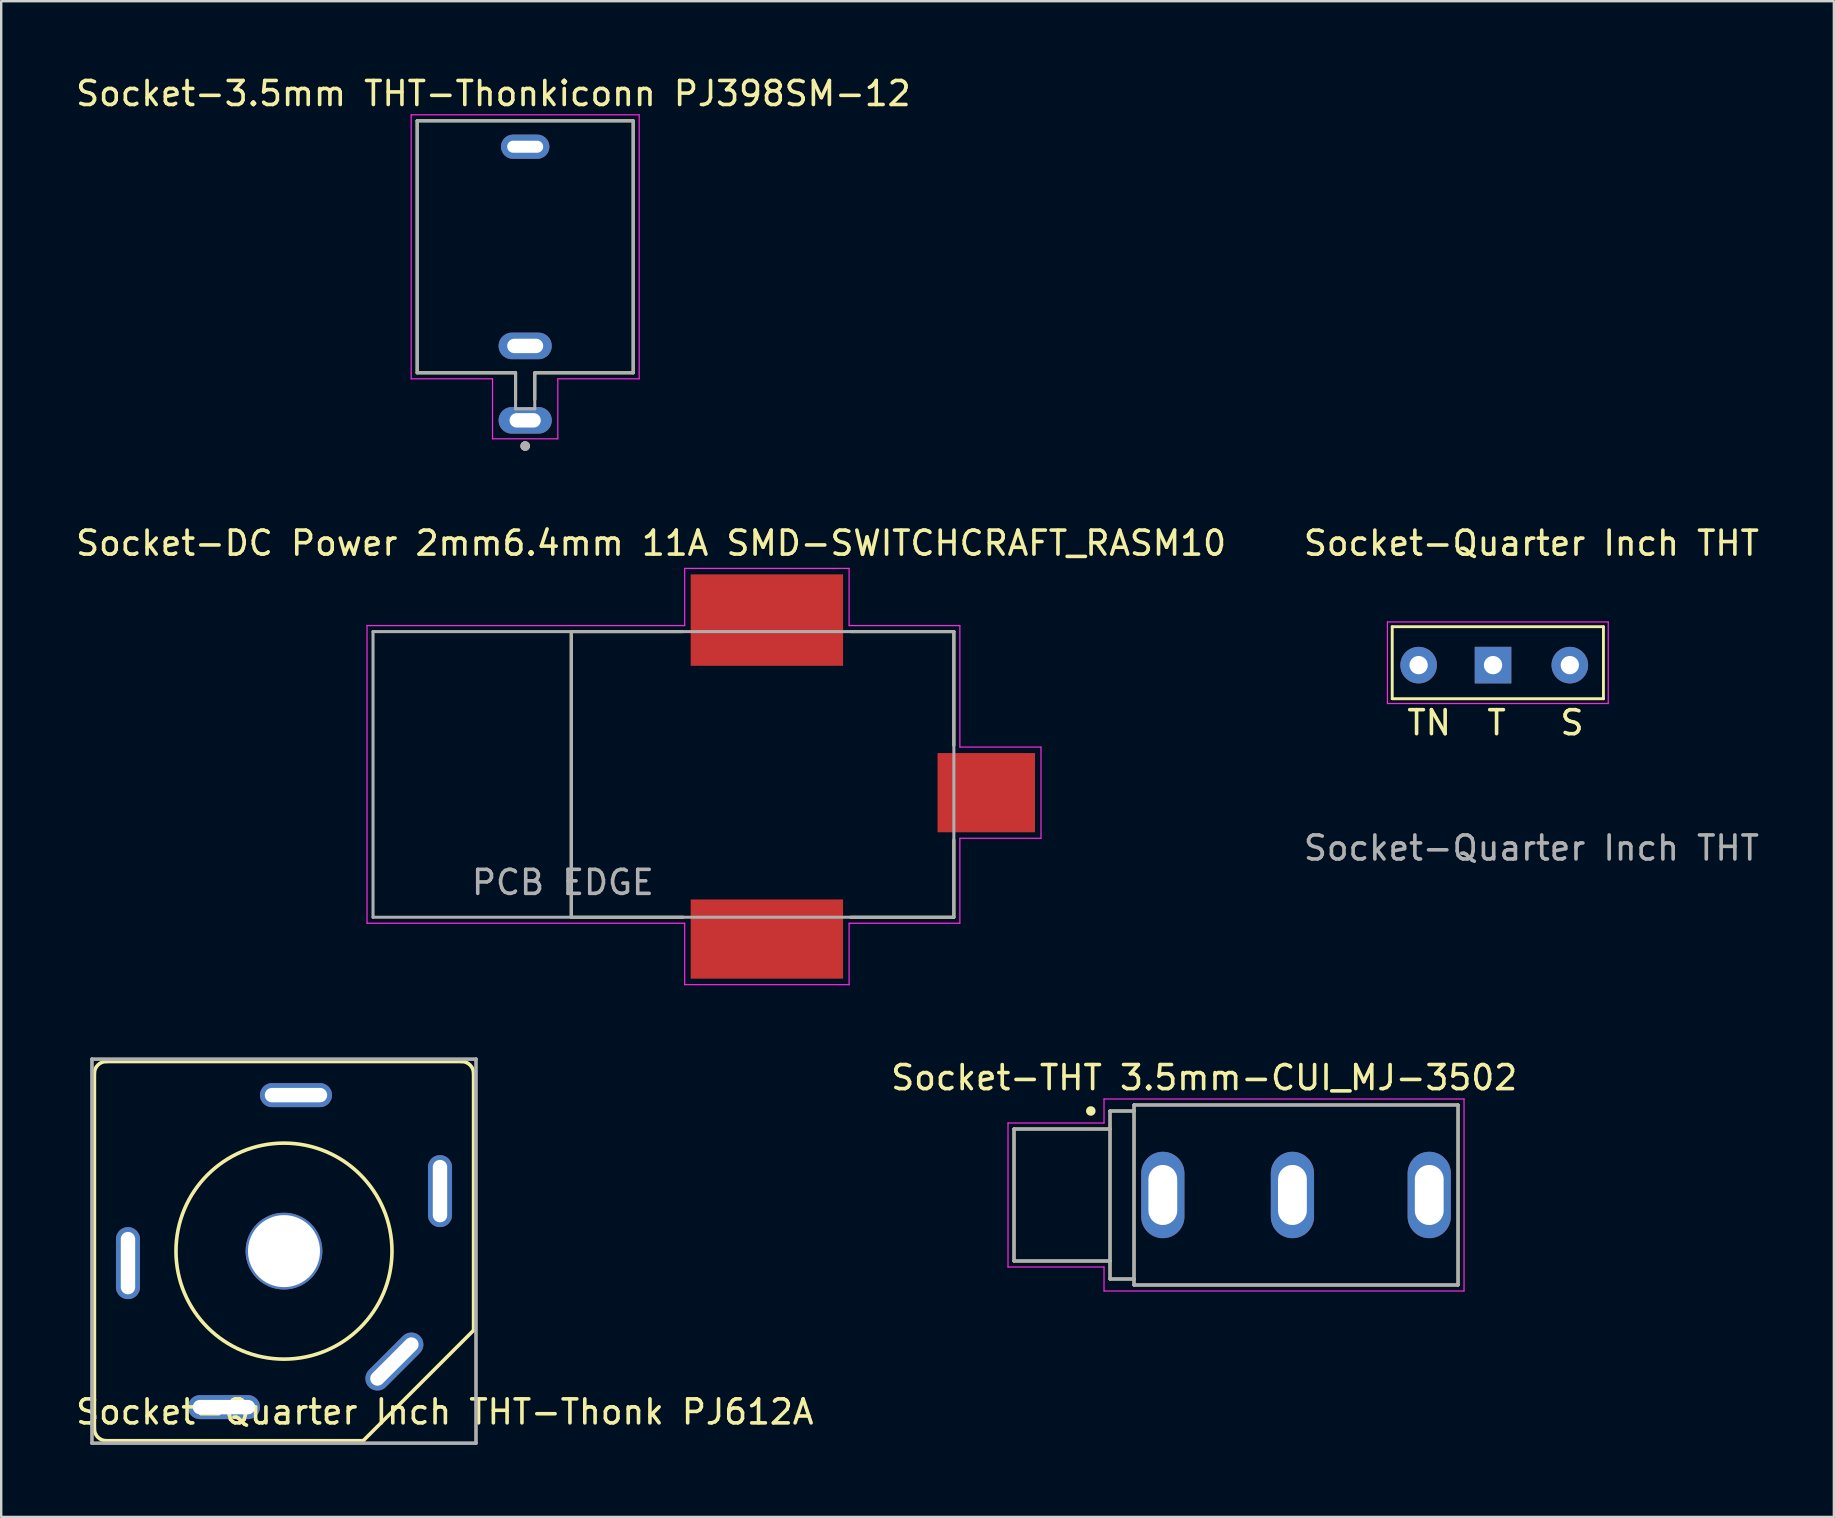
<source format=kicad_pcb>
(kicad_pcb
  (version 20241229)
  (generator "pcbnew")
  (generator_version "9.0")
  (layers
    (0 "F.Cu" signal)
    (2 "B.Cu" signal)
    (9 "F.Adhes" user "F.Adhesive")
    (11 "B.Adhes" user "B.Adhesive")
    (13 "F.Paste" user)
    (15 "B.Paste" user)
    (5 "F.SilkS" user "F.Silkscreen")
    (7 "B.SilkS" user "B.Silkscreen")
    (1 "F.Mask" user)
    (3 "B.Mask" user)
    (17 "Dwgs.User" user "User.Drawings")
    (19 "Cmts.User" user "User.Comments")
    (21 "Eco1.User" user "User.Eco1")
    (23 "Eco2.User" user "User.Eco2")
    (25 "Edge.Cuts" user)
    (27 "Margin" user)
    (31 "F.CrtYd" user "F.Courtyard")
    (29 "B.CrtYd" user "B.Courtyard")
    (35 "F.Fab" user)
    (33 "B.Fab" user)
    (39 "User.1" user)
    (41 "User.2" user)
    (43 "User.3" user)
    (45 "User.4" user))
  (footprint "Socket-Quarter Inch THT-Thonk PJ612A"
    (layer "F.Cu")
    (at 8.782 49.077)
    (property "Reference" "Socket-Quarter Inch THT-Thonk PJ612A" (at 6.7 6.7 0) (layer "F.SilkS") (effects (font (size 1 1) (thickness 0.15))))
    (attr through_hole)
    (fp_line (start -7.9 -7.4) (end -7.9 7.4) (stroke (width 0.15) (type solid)) (layer "F.SilkS"))
    (fp_line (start -7.4 7.9) (end 3.3 7.9) (stroke (width 0.15) (type solid)) (layer "F.SilkS"))
    (fp_line (start 3.3 7.9) (end 7.9 3.3) (stroke (width 0.15) (type solid)) (layer "F.SilkS"))
    (fp_line (start 7.4 -7.9) (end -7.4 -7.9) (stroke (width 0.15) (type solid)) (layer "F.SilkS"))
    (fp_line (start 7.9 3.3) (end 7.9 -7.4) (stroke (width 0.15) (type solid)) (layer "F.SilkS"))
    (fp_arc (start -7.9 -7.4) (mid -7.753553 -7.753553) (end -7.4 -7.9) (stroke (width 0.15) (type solid)) (layer "F.SilkS"))
    (fp_arc (start -7.4 7.9) (mid -7.753553 7.753553) (end -7.9 7.4) (stroke (width 0.15) (type solid)) (layer "F.SilkS"))
    (fp_arc (start 7.4 -7.9) (mid 7.753553 -7.753553) (end 7.9 -7.4) (stroke (width 0.15) (type solid)) (layer "F.SilkS"))
    (fp_circle (center 0 0) (end 4.5 0) (stroke (width 0.15) (type solid)) (fill no) (layer "F.SilkS"))
    (fp_line (start -8 -8) (end 8 -8) (stroke (width 0.15) (type solid)) (layer "F.Fab"))
    (fp_line (start -8 8) (end -8 -8) (stroke (width 0.15) (type solid)) (layer "F.Fab"))
    (fp_line (start 8 -8) (end 8 8) (stroke (width 0.15) (type solid)) (layer "F.Fab"))
    (fp_line (start 8 8) (end -8 8) (stroke (width 0.15) (type solid)) (layer "F.Fab"))
    (pad "" np_thru_hole circle (at 0 0) (size 3.2 3.2) (drill 3) (layers "*.Cu" "*.Mask"))
    (pad "R" thru_hole oval (at -6.5 0.5) (size 1 3) (drill oval 0.6 2.6) (layers "*.Cu" "*.Mask"))
    (pad "RN" thru_hole oval (at -2.5 6.5 90) (size 1 3) (drill oval 0.6 2.6) (layers "*.Cu" "*.Mask"))
    (pad "S" thru_hole oval (at 4.6 4.6 315) (size 1 3) (drill oval 0.6 2.6) (layers "*.Cu" "*.Mask"))
    (pad "T" thru_hole oval (at 0.5 -6.5 90) (size 1 3) (drill oval 0.6 2.6) (layers "*.Cu" "*.Mask"))
    (pad "TN" thru_hole oval (at 6.5 -2.5) (size 1 3) (drill oval 0.6 2.6) (layers "*.Cu" "*.Mask")))
  (footprint "Socket-Quarter Inch THT"
    (layer "F.Cu")
    (at 60.756 24.662)
    (property "Reference" "Socket-Quarter Inch THT" (at 0 -5.08 0) (unlocked yes) (layer "F.SilkS") (effects (font (size 1 1) (thickness 0.15))))
    (attr through_hole)
    (fp_line (start -5.8 -1.6) (end 3 -1.6) (stroke (width 0.12) (type solid)) (layer "F.SilkS"))
    (fp_line (start -5.8 1.4) (end -5.8 -1.6) (stroke (width 0.12) (type solid)) (layer "F.SilkS"))
    (fp_line (start 3 -1.6) (end 3 1.4) (stroke (width 0.12) (type solid)) (layer "F.SilkS"))
    (fp_line (start 3 1.4) (end -5.8 1.4) (stroke (width 0.12) (type solid)) (layer "F.SilkS"))
    (fp_line (start -6 -1.8) (end 3.2 -1.8) (stroke (width 0.05) (type solid)) (layer "F.CrtYd"))
    (fp_line (start -6 1.6) (end -6 -1.8) (stroke (width 0.05) (type solid)) (layer "F.CrtYd"))
    (fp_line (start 3.2 -1.8) (end 3.2 1.6) (stroke (width 0.05) (type solid)) (layer "F.CrtYd"))
    (fp_line (start 3.2 1.6) (end -6 1.6) (stroke (width 0.05) (type solid)) (layer "F.CrtYd"))
    (fp_text user "TN  T   S" (at -1.5 2.4 0) (unlocked yes) (layer "F.SilkS") (effects (font (size 1 1) (thickness 0.15))))
    (fp_text user "${REFERENCE}" (at 0 7.62 0) (unlocked yes) (layer "F.Fab") (effects (font (size 1 1) (thickness 0.15))))
    (pad "S" thru_hole circle (at 1.6 0) (size 1.524 1.524) (drill 0.762) (layers "*.Cu" "*.Mask"))
    (pad "T" thru_hole rect (at -1.6 0) (size 1.524 1.524) (drill 0.762) (layers "*.Cu" "*.Mask"))
    (pad "TN" thru_hole circle (at -4.7 0) (size 1.524 1.524) (drill 0.762) (layers "*.Cu" "*.Mask")))
  (footprint "Socket-3.5mm THT-Thonkiconn PJ398SM-12"
    (layer "F.Cu")
    (at 18.831 7.983)
    (property "Reference" "Socket-3.5mm THT-Thonkiconn PJ398SM-12" (at -1.325 -7.135 0) (layer "F.SilkS") (effects (font (size 1 1) (thickness 0.15))))
    (attr through_hole)
    (fp_line (start -4.5 -6) (end -4.5 4.5) (stroke (width 0.127) (type solid)) (layer "F.SilkS"))
    (fp_line (start -4.5 -6) (end 4.5 -6) (stroke (width 0.127) (type solid)) (layer "F.SilkS"))
    (fp_line (start -4.5 4.5) (end -0.4 4.5) (stroke (width 0.127) (type solid)) (layer "F.SilkS"))
    (fp_line (start -0.4 4.5) (end -0.4 5.605) (stroke (width 0.127) (type solid)) (layer "F.SilkS"))
    (fp_line (start 0.4 4.5) (end 4.5 4.5) (stroke (width 0.127) (type solid)) (layer "F.SilkS"))
    (fp_line (start 0.4 5.605) (end 0.4 4.5) (stroke (width 0.127) (type solid)) (layer "F.SilkS"))
    (fp_line (start 4.5 4.5) (end 4.5 -6) (stroke (width 0.127) (type solid)) (layer "F.SilkS"))
    (fp_circle (center 0 7.55) (end 0.1 7.55) (stroke (width 0.2) (type solid)) (fill no) (layer "F.SilkS"))
    (fp_line (start -4.75 -6.25) (end 4.75 -6.25) (stroke (width 0.05) (type solid)) (layer "F.CrtYd"))
    (fp_line (start -4.75 4.75) (end -4.75 -6.25) (stroke (width 0.05) (type solid)) (layer "F.CrtYd"))
    (fp_line (start -1.36 4.75) (end -4.75 4.75) (stroke (width 0.05) (type solid)) (layer "F.CrtYd"))
    (fp_line (start -1.36 7.25) (end -1.36 4.75) (stroke (width 0.05) (type solid)) (layer "F.CrtYd"))
    (fp_line (start 1.36 4.75) (end 1.36 7.25) (stroke (width 0.05) (type solid)) (layer "F.CrtYd"))
    (fp_line (start 1.36 7.25) (end -1.36 7.25) (stroke (width 0.05) (type solid)) (layer "F.CrtYd"))
    (fp_line (start 4.75 -6.25) (end 4.75 4.75) (stroke (width 0.05) (type solid)) (layer "F.CrtYd"))
    (fp_line (start 4.75 4.75) (end 1.36 4.75) (stroke (width 0.05) (type solid)) (layer "F.CrtYd"))
    (fp_line (start -4.5 -6) (end -4.5 4.5) (stroke (width 0.127) (type solid)) (layer "F.Fab"))
    (fp_line (start -4.5 -6) (end 4.5 -6) (stroke (width 0.127) (type solid)) (layer "F.Fab"))
    (fp_line (start -4.5 4.5) (end -0.4 4.5) (stroke (width 0.127) (type solid)) (layer "F.Fab"))
    (fp_line (start -0.4 4.5) (end -0.4 6) (stroke (width 0.127) (type solid)) (layer "F.Fab"))
    (fp_line (start -0.4 6) (end 0.4 6) (stroke (width 0.127) (type solid)) (layer "F.Fab"))
    (fp_line (start 0.4 4.5) (end 4.5 4.5) (stroke (width 0.127) (type solid)) (layer "F.Fab"))
    (fp_line (start 0.4 6) (end 0.4 4.5) (stroke (width 0.127) (type solid)) (layer "F.Fab"))
    (fp_line (start 4.5 4.5) (end 4.5 -6) (stroke (width 0.127) (type solid)) (layer "F.Fab"))
    (fp_circle (center 0 7.55) (end 0.1 7.55) (stroke (width 0.2) (type solid)) (fill no) (layer "F.Fab"))
    (pad "1" thru_hole oval (at 0 6.48) (size 2.216 1.108) (drill oval 1.3 0.6) (layers "*.Cu" "*.Mask"))
    (pad "2" thru_hole oval (at 0 3.38) (size 2.216 1.108) (drill oval 1.5 0.6) (layers "*.Cu" "*.Mask"))
    (pad "3" thru_hole oval (at 0 -4.92) (size 2.016 1.008) (drill oval 1.5 0.5) (layers "*.Cu" "*.Mask"))
    (zone (net_name "") (layer "F.Cu") (hatch full 0.508) (connect_pads) (min_thickness 0.01) (filled_areas_thickness no) (keepout (tracks not_allowed) (vias not_allowed) (pads not_allowed) (copperpour not_allowed) (footprints allowed)) (placement (enabled no)) (fill) (polygon (pts (xy 16.031 5.183) (xy 21.631 5.183) (xy 21.631 10.783) (xy 16.031 10.783))))
    (zone (net_name "") (layers "F.Cu" "B.Cu") (hatch full 0.508) (connect_pads) (min_thickness 0.01) (filled_areas_thickness no) (keepout (tracks allowed) (vias not_allowed) (pads allowed) (copperpour allowed) (footprints allowed)) (placement (enabled no)) (fill) (polygon (pts (xy 16.031 5.183) (xy 21.631 5.183) (xy 21.631 10.783) (xy 16.031 10.783)))))
  (footprint "Socket-DC Power 2mm6.4mm 11A SMD-SWITCHCRAFT_RASM10"
    (layer "F.Cu")
    (at 28.902 29.216)
    (property "Reference" "Socket-DC Power 2mm6.4mm 11A SMD-SWITCHCRAFT_RASM10" (at -4.825 -9.635 0) (layer "F.SilkS") (effects (font (size 1 1) (thickness 0.15))))
    (attr smd)
    (fp_line (start -8.15 -5.95) (end -8.15 5.95) (stroke (width 0.127) (type solid)) (layer "F.SilkS"))
    (fp_line (start -8.15 5.95) (end -3.495 5.95) (stroke (width 0.127) (type solid)) (layer "F.SilkS"))
    (fp_line (start -3.495 -5.95) (end -8.15 -5.95) (stroke (width 0.127) (type solid)) (layer "F.SilkS"))
    (fp_line (start 3.495 5.95) (end 7.79 5.95) (stroke (width 0.127) (type solid)) (layer "F.SilkS"))
    (fp_line (start 7.79 -5.95) (end 3.495 -5.95) (stroke (width 0.127) (type solid)) (layer "F.SilkS"))
    (fp_line (start 7.79 -1.21) (end 7.79 -5.95) (stroke (width 0.127) (type solid)) (layer "F.SilkS"))
    (fp_line (start 7.79 5.95) (end 7.79 2.73) (stroke (width 0.127) (type solid)) (layer "F.SilkS"))
    (fp_line (start -16.66 -6.2) (end -16.66 6.2) (stroke (width 0.05) (type solid)) (layer "F.CrtYd"))
    (fp_line (start -16.66 6.2) (end -3.425 6.2) (stroke (width 0.05) (type solid)) (layer "F.CrtYd"))
    (fp_line (start -3.425 -8.585) (end -3.425 -6.2) (stroke (width 0.05) (type solid)) (layer "F.CrtYd"))
    (fp_line (start -3.425 -6.2) (end -16.66 -6.2) (stroke (width 0.05) (type solid)) (layer "F.CrtYd"))
    (fp_line (start -3.425 6.2) (end -3.425 8.76) (stroke (width 0.05) (type solid)) (layer "F.CrtYd"))
    (fp_line (start -3.425 8.76) (end 3.425 8.76) (stroke (width 0.05) (type solid)) (layer "F.CrtYd"))
    (fp_line (start 3.425 -8.585) (end -3.425 -8.585) (stroke (width 0.05) (type solid)) (layer "F.CrtYd"))
    (fp_line (start 3.425 -6.2) (end 3.425 -8.585) (stroke (width 0.05) (type solid)) (layer "F.CrtYd"))
    (fp_line (start 3.425 6.2) (end 8.04 6.2) (stroke (width 0.05) (type solid)) (layer "F.CrtYd"))
    (fp_line (start 3.425 8.76) (end 3.425 6.2) (stroke (width 0.05) (type solid)) (layer "F.CrtYd"))
    (fp_line (start 8.04 -6.2) (end 3.425 -6.2) (stroke (width 0.05) (type solid)) (layer "F.CrtYd"))
    (fp_line (start 8.04 -1.14) (end 8.04 -6.2) (stroke (width 0.05) (type solid)) (layer "F.CrtYd"))
    (fp_line (start 8.04 2.66) (end 11.42 2.66) (stroke (width 0.05) (type solid)) (layer "F.CrtYd"))
    (fp_line (start 8.04 6.2) (end 8.04 2.66) (stroke (width 0.05) (type solid)) (layer "F.CrtYd"))
    (fp_line (start 11.42 -1.14) (end 8.04 -1.14) (stroke (width 0.05) (type solid)) (layer "F.CrtYd"))
    (fp_line (start 11.42 2.66) (end 11.42 -1.14) (stroke (width 0.05) (type solid)) (layer "F.CrtYd"))
    (fp_line (start -16.41 -5.95) (end -16.41 5.95) (stroke (width 0.127) (type solid)) (layer "F.Fab"))
    (fp_line (start -16.41 5.95) (end -8.15 5.95) (stroke (width 0.127) (type solid)) (layer "F.Fab"))
    (fp_line (start -8.15 -5.95) (end -16.41 -5.95) (stroke (width 0.127) (type solid)) (layer "F.Fab"))
    (fp_line (start -8.15 -5.95) (end -8.15 5.95) (stroke (width 0.127) (type solid)) (layer "F.Fab"))
    (fp_line (start -8.15 5.95) (end 7.79 5.95) (stroke (width 0.127) (type solid)) (layer "F.Fab"))
    (fp_line (start 7.79 -5.95) (end -8.15 -5.95) (stroke (width 0.127) (type solid)) (layer "F.Fab"))
    (fp_line (start 7.79 5.95) (end 7.79 -5.95) (stroke (width 0.127) (type solid)) (layer "F.Fab"))
    (fp_text user "PCB EDGE" (at -8.5 4.5 0) (layer "F.Fab") (effects (font (size 1 1) (thickness 0.15))))
    (pad "PIN" smd rect (at 9.14 0.76) (size 4.06 3.3) (layers "F.Cu" "F.Mask" "F.Paste"))
    (pad "SHUNT" smd rect (at 0 6.86) (size 6.35 3.3) (layers "F.Cu" "F.Mask" "F.Paste"))
    (pad "SLEEVE" smd rect (at 0 -6.43) (size 6.35 3.81) (layers "F.Cu" "F.Mask" "F.Paste")))
  (footprint "Socket-THT 3.5mm-CUI_MJ-3502"
    (layer "F.Cu")
    (at 50.948 46.738)
    (property "Reference" "Socket-THT 3.5mm-CUI_MJ-3502" (at -3.827 -4.888 0) (layer "F.SilkS") (effects (font (size 1.001 1.001) (thickness 0.15))))
    (attr through_hole)
    (fp_line (start -11.75 -2.75) (end -11.75 2.75) (stroke (width 0.127) (type solid)) (layer "F.SilkS"))
    (fp_line (start -11.75 2.75) (end -7.75 2.75) (stroke (width 0.127) (type solid)) (layer "F.SilkS"))
    (fp_line (start -7.75 -3.5) (end -7.75 -2.75) (stroke (width 0.127) (type solid)) (layer "F.SilkS"))
    (fp_line (start -7.75 -2.75) (end -11.75 -2.75) (stroke (width 0.127) (type solid)) (layer "F.SilkS"))
    (fp_line (start -7.75 -2.75) (end -7.75 2.75) (stroke (width 0.127) (type solid)) (layer "F.SilkS"))
    (fp_line (start -7.75 2.75) (end -7.75 3.5) (stroke (width 0.127) (type solid)) (layer "F.SilkS"))
    (fp_line (start -7.75 3.5) (end -6.75 3.5) (stroke (width 0.127) (type solid)) (layer "F.SilkS"))
    (fp_line (start -6.75 -3.75) (end 6.75 -3.75) (stroke (width 0.127) (type solid)) (layer "F.SilkS"))
    (fp_line (start -6.75 -3.5) (end -7.75 -3.5) (stroke (width 0.127) (type solid)) (layer "F.SilkS"))
    (fp_line (start -6.75 -3.5) (end -6.75 -3.75) (stroke (width 0.127) (type solid)) (layer "F.SilkS"))
    (fp_line (start -6.75 3.5) (end -6.75 -3.5) (stroke (width 0.127) (type solid)) (layer "F.SilkS"))
    (fp_line (start -6.75 3.75) (end -6.75 3.5) (stroke (width 0.127) (type solid)) (layer "F.SilkS"))
    (fp_line (start 6.75 -3.75) (end 6.75 3.75) (stroke (width 0.127) (type solid)) (layer "F.SilkS"))
    (fp_line (start 6.75 3.75) (end -6.75 3.75) (stroke (width 0.127) (type solid)) (layer "F.SilkS"))
    (fp_circle (center -8.55 -3.5) (end -8.45 -3.5) (stroke (width 0.2) (type solid)) (fill no) (layer "F.SilkS"))
    (fp_line (start -12 -3) (end -8 -3) (stroke (width 0.05) (type solid)) (layer "F.CrtYd"))
    (fp_line (start -12 3) (end -12 -3) (stroke (width 0.05) (type solid)) (layer "F.CrtYd"))
    (fp_line (start -8 -4) (end 7 -4) (stroke (width 0.05) (type solid)) (layer "F.CrtYd"))
    (fp_line (start -8 -3) (end -8 -4) (stroke (width 0.05) (type solid)) (layer "F.CrtYd"))
    (fp_line (start -8 3) (end -12 3) (stroke (width 0.05) (type solid)) (layer "F.CrtYd"))
    (fp_line (start -8 4) (end -8 3) (stroke (width 0.05) (type solid)) (layer "F.CrtYd"))
    (fp_line (start 7 -4) (end 7 4) (stroke (width 0.05) (type solid)) (layer "F.CrtYd"))
    (fp_line (start 7 4) (end -8 4) (stroke (width 0.05) (type solid)) (layer "F.CrtYd"))
    (fp_line (start -11.75 -2.75) (end -11.75 2.75) (stroke (width 0.127) (type solid)) (layer "F.Fab"))
    (fp_line (start -11.75 2.75) (end -7.8 2.75) (stroke (width 0.127) (type solid)) (layer "F.Fab"))
    (fp_line (start -7.75 -3.5) (end -7.75 -2.75) (stroke (width 0.127) (type solid)) (layer "F.Fab"))
    (fp_line (start -7.75 -2.75) (end -11.75 -2.75) (stroke (width 0.127) (type solid)) (layer "F.Fab"))
    (fp_line (start -7.75 -2.75) (end -7.75 3.5) (stroke (width 0.127) (type solid)) (layer "F.Fab"))
    (fp_line (start -7.75 3.5) (end -6.75 3.5) (stroke (width 0.127) (type solid)) (layer "F.Fab"))
    (fp_line (start -6.75 -3.75) (end 6.75 -3.75) (stroke (width 0.127) (type solid)) (layer "F.Fab"))
    (fp_line (start -6.75 -3.5) (end -7.75 -3.5) (stroke (width 0.127) (type solid)) (layer "F.Fab"))
    (fp_line (start -6.75 -3.5) (end -6.75 -3.75) (stroke (width 0.127) (type solid)) (layer "F.Fab"))
    (fp_line (start -6.75 3.5) (end -6.75 -3.5) (stroke (width 0.127) (type solid)) (layer "F.Fab"))
    (fp_line (start -6.75 3.75) (end -6.75 3.5) (stroke (width 0.127) (type solid)) (layer "F.Fab"))
    (fp_line (start 6.75 -3.75) (end 6.75 3.75) (stroke (width 0.127) (type solid)) (layer "F.Fab"))
    (fp_line (start 6.75 3.75) (end -6.75 3.75) (stroke (width 0.127) (type solid)) (layer "F.Fab"))
    (pad "1" thru_hole oval (at -5.55 0) (size 1.8 3.6) (drill oval 1.2 2.5) (layers "*.Cu" "*.Mask"))
    (pad "2" thru_hole oval (at -0.15 0) (size 1.8 3.6) (drill oval 1.2 2.5) (layers "*.Cu" "*.Mask"))
    (pad "3" thru_hole oval (at 5.55 0) (size 1.8 3.6) (drill oval 1.2 2.5) (layers "*.Cu" "*.Mask")))
  (gr_rect
    (start -3 -3)
    (end 73.357 60.151)
    (stroke (width 0.1) (type default))
    (fill no)
    (layer "Edge.Cuts")))
</source>
